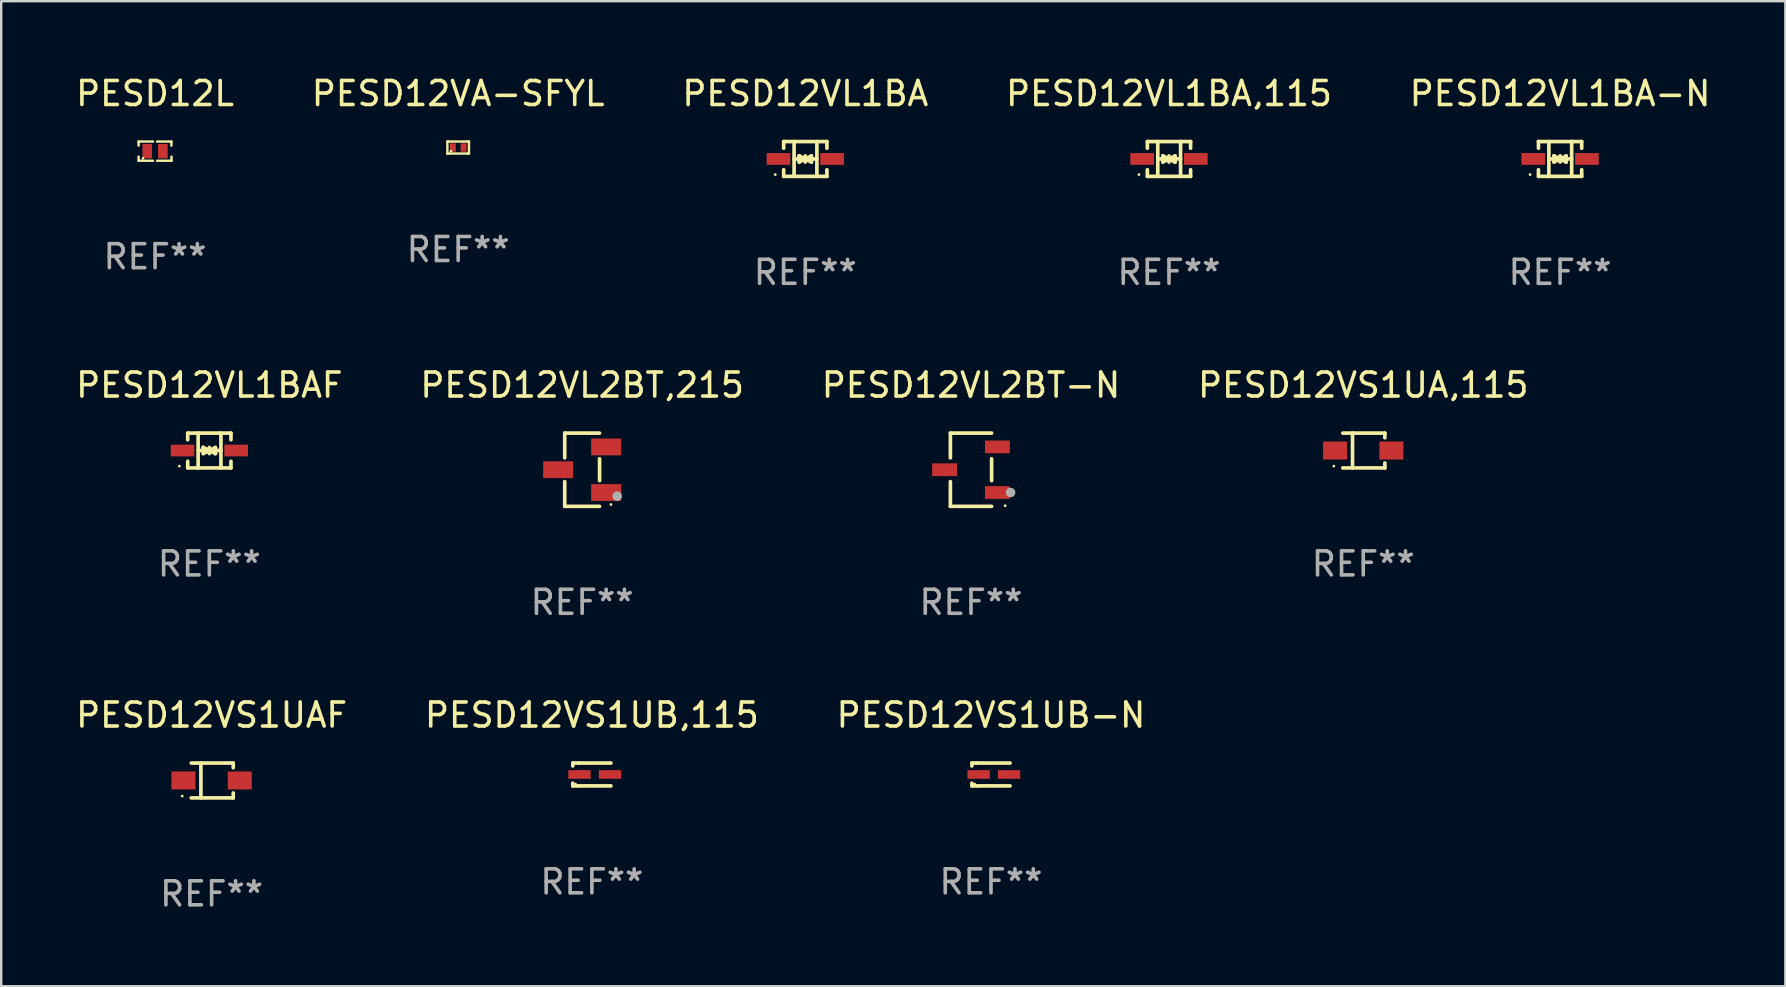
<source format=kicad_pcb>
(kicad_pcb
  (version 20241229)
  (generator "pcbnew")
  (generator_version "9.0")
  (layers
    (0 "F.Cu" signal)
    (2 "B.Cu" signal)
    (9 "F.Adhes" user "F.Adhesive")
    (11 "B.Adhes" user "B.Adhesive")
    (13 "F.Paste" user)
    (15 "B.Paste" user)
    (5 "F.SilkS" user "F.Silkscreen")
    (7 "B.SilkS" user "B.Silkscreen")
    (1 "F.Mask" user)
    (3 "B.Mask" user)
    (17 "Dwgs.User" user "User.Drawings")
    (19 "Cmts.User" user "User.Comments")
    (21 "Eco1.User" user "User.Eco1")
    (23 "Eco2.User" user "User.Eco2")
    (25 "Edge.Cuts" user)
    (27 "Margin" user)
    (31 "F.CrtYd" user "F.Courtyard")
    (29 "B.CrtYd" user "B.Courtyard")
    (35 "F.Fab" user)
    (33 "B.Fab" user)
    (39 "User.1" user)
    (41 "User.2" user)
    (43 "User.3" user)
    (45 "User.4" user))
  (footprint "PESD12VA-SFYL"
    (layer "F.Cu")
    (at 16.042 3.098)
    (property "Reference" "PESD12VA-SFYL" (at 0 -2.25 0) (layer "F.SilkS") (effects (font (size 1 1) (thickness 0.15))))
    (attr through_hole)
    (fp_line (start -0.45 -0.25) (end -0.45 0.25) (stroke (width 0.1) (type solid)) (layer "F.SilkS"))
    (fp_line (start -0.45 0.25) (end -0.45 0.25) (stroke (width 0.1) (type solid)) (layer "F.SilkS"))
    (fp_line (start -0.4 -0.25) (end -0.45 -0.25) (stroke (width 0.1) (type solid)) (layer "F.SilkS"))
    (fp_line (start -0.4 -0.25) (end 0.4 -0.25) (stroke (width 0.1) (type solid)) (layer "F.SilkS"))
    (fp_line (start -0.4 0.25) (end -0.45 0.25) (stroke (width 0.1) (type solid)) (layer "F.SilkS"))
    (fp_line (start -0.4 0.25) (end 0.4 0.25) (stroke (width 0.1) (type solid)) (layer "F.SilkS"))
    (fp_line (start 0.4 -0.25) (end 0.45 -0.25) (stroke (width 0.1) (type solid)) (layer "F.SilkS"))
    (fp_line (start 0.4 0.25) (end 0.4 0.25) (stroke (width 0.1) (type solid)) (layer "F.SilkS"))
    (fp_line (start 0.45 -0.25) (end 0.45 -0.018) (stroke (width 0.1) (type solid)) (layer "F.SilkS"))
    (fp_line (start 0.45 -0.018) (end 0.45 0.25) (stroke (width 0.1) (type solid)) (layer "F.SilkS"))
    (fp_line (start 0.45 0.25) (end 0.4 0.25) (stroke (width 0.1) (type solid)) (layer "F.SilkS"))
    (fp_circle (center -0.3 0.15) (end -0.27 0.15) (stroke (width 0.06) (type solid)) (fill no) (layer "F.SilkS"))
    (fp_text user "REF**" (at 0 4.25 0) (layer "F.Fab") (effects (font (size 1 1) (thickness 0.15))))
    (pad "1" smd rect (at -0.225 0) (size 0.25 0.35) (layers "F.Cu" "F.Mask" "F.Paste"))
    (pad "2" smd rect (at 0.225 0) (size 0.25 0.35) (layers "F.Cu" "F.Mask" "F.Paste")))
  (footprint "PESD12L"
    (layer "F.Cu")
    (at 3.411 3.248)
    (property "Reference" "PESD12L" (at 0 -2.4 0) (layer "F.SilkS") (effects (font (size 1 1) (thickness 0.15))))
    (attr through_hole)
    (fp_line (start -0.685 -0.4) (end -0.685 -0.23) (stroke (width 0.102) (type solid)) (layer "F.SilkS"))
    (fp_line (start -0.685 0.4) (end -0.685 0.23) (stroke (width 0.102) (type solid)) (layer "F.SilkS"))
    (fp_line (start -0.085 -0.4) (end -0.685 -0.4) (stroke (width 0.102) (type solid)) (layer "F.SilkS"))
    (fp_line (start -0.085 0.4) (end -0.685 0.4) (stroke (width 0.102) (type solid)) (layer "F.SilkS"))
    (fp_line (start 0.082 -0.4) (end 0.682 -0.4) (stroke (width 0.102) (type solid)) (layer "F.SilkS"))
    (fp_line (start 0.085 0.4) (end 0.685 0.4) (stroke (width 0.102) (type solid)) (layer "F.SilkS"))
    (fp_line (start 0.682 -0.4) (end 0.682 -0.23) (stroke (width 0.102) (type solid)) (layer "F.SilkS"))
    (fp_line (start 0.685 0.4) (end 0.685 0.23) (stroke (width 0.102) (type solid)) (layer "F.SilkS"))
    (fp_circle (center -0.5 0.3) (end -0.47 0.3) (stroke (width 0.06) (type solid)) (fill no) (layer "F.SilkS"))
    (fp_text user "REF**" (at 0 4.4 0) (layer "F.Fab") (effects (font (size 1 1) (thickness 0.15))))
    (pad "1" smd rect (at -0.325 0) (size 0.4 0.6) (layers "F.Cu" "F.Mask" "F.Paste"))
    (pad "2" smd rect (at 0.325 0) (size 0.4 0.6) (layers "F.Cu" "F.Mask" "F.Paste")))
  (footprint "PESD12VS1UA,115"
    (layer "F.Cu")
    (at 53.756 15.723)
    (property "Reference" "PESD12VS1UA,115" (at 0 -2.726 0) (layer "F.SilkS") (effects (font (size 1 1) (thickness 0.15))))
    (attr through_hole)
    (fp_line (start -0.851 -0.726) (end 0.901 -0.726) (stroke (width 0.152) (type solid)) (layer "F.SilkS"))
    (fp_line (start -0.851 0.726) (end 0.901 0.726) (stroke (width 0.152) (type solid)) (layer "F.SilkS"))
    (fp_line (start -0.447 -0.726) (end -0.447 0.726) (stroke (width 0.152) (type solid)) (layer "F.SilkS"))
    (fp_line (start 0.901 -0.726) (end 0.901 -0.53) (stroke (width 0.152) (type solid)) (layer "F.SilkS"))
    (fp_line (start 0.901 0.726) (end 0.901 0.52) (stroke (width 0.152) (type solid)) (layer "F.SilkS"))
    (fp_circle (center -1.225 0.65) (end -1.195 0.65) (stroke (width 0.06) (type solid)) (fill no) (layer "F.SilkS"))
    (fp_text user "REF**" (at 0 4.726 0) (layer "F.Fab") (effects (font (size 1 1) (thickness 0.15))))
    (pad "1" smd rect (at -1.173 0) (size 1 0.75) (layers "F.Cu" "F.Mask" "F.Paste"))
    (pad "2" smd rect (at 1.173 0) (size 1 0.75) (layers "F.Cu" "F.Mask" "F.Paste")))
  (footprint "PESD12VL1BA,115"
    (layer "F.Cu")
    (at 45.661 3.574)
    (property "Reference" "PESD12VL1BA,115" (at 0 -2.726 0) (layer "F.SilkS") (effects (font (size 1 1) (thickness 0.15))))
    (attr through_hole)
    (fp_line (start -0.901 -0.726) (end -0.901 -0.448) (stroke (width 0.152) (type solid)) (layer "F.SilkS"))
    (fp_line (start -0.901 0.726) (end -0.901 0.448) (stroke (width 0.152) (type solid)) (layer "F.SilkS"))
    (fp_line (start -0.467 0) (end 0.483 -0.003) (stroke (width 0.154) (type solid)) (layer "F.SilkS"))
    (fp_line (start -0.467 0.726) (end -0.467 -0.726) (stroke (width 0.152) (type solid)) (layer "F.SilkS"))
    (fp_line (start -0.254 -0.127) (end -0.254 -0.127) (stroke (width 0.154) (type solid)) (layer "F.SilkS"))
    (fp_line (start -0.254 -0.127) (end -0.002 -0.003) (stroke (width 0.154) (type solid)) (layer "F.SilkS"))
    (fp_line (start -0.254 0.127) (end -0.254 -0.127) (stroke (width 0.154) (type solid)) (layer "F.SilkS"))
    (fp_line (start -0.127 0) (end 0.003 0) (stroke (width 0.154) (type solid)) (layer "F.SilkS"))
    (fp_line (start -0.003 0) (end -0.254 0.127) (stroke (width 0.154) (type solid)) (layer "F.SilkS"))
    (fp_line (start 0 -0.127) (end 0 0.127) (stroke (width 0.154) (type solid)) (layer "F.SilkS"))
    (fp_line (start 0.003 0) (end 0.254 -0.127) (stroke (width 0.154) (type solid)) (layer "F.SilkS"))
    (fp_line (start 0.127 0) (end -0.003 0) (stroke (width 0.154) (type solid)) (layer "F.SilkS"))
    (fp_line (start 0.254 -0.127) (end 0.254 0.127) (stroke (width 0.154) (type solid)) (layer "F.SilkS"))
    (fp_line (start 0.254 0.127) (end 0.002 0.003) (stroke (width 0.154) (type solid)) (layer "F.SilkS"))
    (fp_line (start 0.254 0.127) (end 0.254 0.127) (stroke (width 0.154) (type solid)) (layer "F.SilkS"))
    (fp_line (start 0.483 0.726) (end 0.483 -0.726) (stroke (width 0.152) (type solid)) (layer "F.SilkS"))
    (fp_line (start 0.901 -0.726) (end -0.901 -0.726) (stroke (width 0.152) (type solid)) (layer "F.SilkS"))
    (fp_line (start 0.901 -0.726) (end 0.901 -0.448) (stroke (width 0.152) (type solid)) (layer "F.SilkS"))
    (fp_line (start 0.901 0.726) (end -0.901 0.726) (stroke (width 0.152) (type solid)) (layer "F.SilkS"))
    (fp_line (start 0.901 0.726) (end 0.901 0.448) (stroke (width 0.152) (type solid)) (layer "F.SilkS"))
    (fp_circle (center -1.25 0.65) (end -1.22 0.65) (stroke (width 0.06) (type solid)) (fill no) (layer "F.SilkS"))
    (fp_text user "REF**" (at 0 4.726 0) (layer "F.Fab") (effects (font (size 1 1) (thickness 0.15))))
    (pad "1" smd rect (at -1.118 0) (size 0.985 0.49) (layers "F.Cu" "F.Mask" "F.Paste"))
    (pad "2" smd rect (at 1.118 0) (size 0.985 0.49) (layers "F.Cu" "F.Mask" "F.Paste")))
  (footprint "PESD12VL1BA"
    (layer "F.Cu")
    (at 30.506 3.574)
    (property "Reference" "PESD12VL1BA" (at 0 -2.726 0) (layer "F.SilkS") (effects (font (size 1 1) (thickness 0.15))))
    (attr through_hole)
    (fp_line (start -0.901 -0.726) (end -0.901 -0.448) (stroke (width 0.152) (type solid)) (layer "F.SilkS"))
    (fp_line (start -0.901 0.726) (end -0.901 0.448) (stroke (width 0.152) (type solid)) (layer "F.SilkS"))
    (fp_line (start -0.467 0) (end 0.483 -0.003) (stroke (width 0.154) (type solid)) (layer "F.SilkS"))
    (fp_line (start -0.467 0.726) (end -0.467 -0.726) (stroke (width 0.152) (type solid)) (layer "F.SilkS"))
    (fp_line (start -0.254 -0.127) (end -0.254 -0.127) (stroke (width 0.154) (type solid)) (layer "F.SilkS"))
    (fp_line (start -0.254 -0.127) (end -0.002 -0.003) (stroke (width 0.154) (type solid)) (layer "F.SilkS"))
    (fp_line (start -0.254 0.127) (end -0.254 -0.127) (stroke (width 0.154) (type solid)) (layer "F.SilkS"))
    (fp_line (start -0.127 0) (end 0.003 0) (stroke (width 0.154) (type solid)) (layer "F.SilkS"))
    (fp_line (start -0.003 0) (end -0.254 0.127) (stroke (width 0.154) (type solid)) (layer "F.SilkS"))
    (fp_line (start 0 -0.127) (end 0 0.127) (stroke (width 0.154) (type solid)) (layer "F.SilkS"))
    (fp_line (start 0.003 0) (end 0.254 -0.127) (stroke (width 0.154) (type solid)) (layer "F.SilkS"))
    (fp_line (start 0.127 0) (end -0.003 0) (stroke (width 0.154) (type solid)) (layer "F.SilkS"))
    (fp_line (start 0.254 -0.127) (end 0.254 0.127) (stroke (width 0.154) (type solid)) (layer "F.SilkS"))
    (fp_line (start 0.254 0.127) (end 0.002 0.003) (stroke (width 0.154) (type solid)) (layer "F.SilkS"))
    (fp_line (start 0.254 0.127) (end 0.254 0.127) (stroke (width 0.154) (type solid)) (layer "F.SilkS"))
    (fp_line (start 0.483 0.726) (end 0.483 -0.726) (stroke (width 0.152) (type solid)) (layer "F.SilkS"))
    (fp_line (start 0.901 -0.726) (end -0.901 -0.726) (stroke (width 0.152) (type solid)) (layer "F.SilkS"))
    (fp_line (start 0.901 -0.726) (end 0.901 -0.448) (stroke (width 0.152) (type solid)) (layer "F.SilkS"))
    (fp_line (start 0.901 0.726) (end -0.901 0.726) (stroke (width 0.152) (type solid)) (layer "F.SilkS"))
    (fp_line (start 0.901 0.726) (end 0.901 0.448) (stroke (width 0.152) (type solid)) (layer "F.SilkS"))
    (fp_circle (center -1.25 0.65) (end -1.22 0.65) (stroke (width 0.06) (type solid)) (fill no) (layer "F.SilkS"))
    (fp_text user "REF**" (at 0 4.726 0) (layer "F.Fab") (effects (font (size 1 1) (thickness 0.15))))
    (pad "1" smd rect (at -1.118 0) (size 0.985 0.49) (layers "F.Cu" "F.Mask" "F.Paste"))
    (pad "2" smd rect (at 1.118 0) (size 0.985 0.49) (layers "F.Cu" "F.Mask" "F.Paste")))
  (footprint "PESD12VS1UB-N"
    (layer "F.Cu")
    (at 38.244 29.222)
    (property "Reference" "PESD12VS1UB-N" (at 0 -2.476 0) (layer "F.SilkS") (effects (font (size 1 1) (thickness 0.15))))
    (attr through_hole)
    (fp_line (start -0.795 -0.476) (end -0.795 -0.356) (stroke (width 0.152) (type solid)) (layer "F.SilkS"))
    (fp_line (start -0.795 0.363) (end -0.795 0.476) (stroke (width 0.152) (type solid)) (layer "F.SilkS"))
    (fp_line (start -0.795 0.476) (end -0.557 0.476) (stroke (width 0.152) (type solid)) (layer "F.SilkS"))
    (fp_line (start -0.557 -0.476) (end -0.795 -0.476) (stroke (width 0.152) (type solid)) (layer "F.SilkS"))
    (fp_line (start -0.557 -0.476) (end 0.795 -0.476) (stroke (width 0.152) (type solid)) (layer "F.SilkS"))
    (fp_line (start -0.557 0.476) (end 0.795 0.476) (stroke (width 0.152) (type solid)) (layer "F.SilkS"))
    (fp_circle (center -0.681 0.4) (end -0.651 0.4) (stroke (width 0.06) (type solid)) (fill no) (layer "F.SilkS"))
    (fp_text user "REF**" (at 0 4.476 0) (layer "F.Fab") (effects (font (size 1 1) (thickness 0.15))))
    (pad "1" smd rect (at -0.516 0 180) (size 0.93 0.36) (layers "F.Cu" "F.Mask" "F.Paste"))
    (pad "2" smd rect (at 0.754 0 180) (size 0.93 0.36) (layers "F.Cu" "F.Mask" "F.Paste")))
  (footprint "PESD12VL2BT,215"
    (layer "F.Cu")
    (at 21.208 16.523)
    (property "Reference" "PESD12VL2BT,215" (at 0 -3.526 0) (layer "F.SilkS") (effects (font (size 1 1) (thickness 0.15))))
    (attr through_hole)
    (fp_line (start -0.726 -1.526) (end -0.726 -0.495) (stroke (width 0.152) (type solid)) (layer "F.SilkS"))
    (fp_line (start -0.726 1.526) (end -0.726 0.495) (stroke (width 0.152) (type solid)) (layer "F.SilkS"))
    (fp_line (start 0.726 -1.526) (end -0.726 -1.526) (stroke (width 0.152) (type solid)) (layer "F.SilkS"))
    (fp_line (start 0.726 -0.455) (end 0.726 0.455) (stroke (width 0.152) (type solid)) (layer "F.SilkS"))
    (fp_line (start 0.726 1.526) (end -0.726 1.526) (stroke (width 0.152) (type solid)) (layer "F.SilkS"))
    (fp_circle (center 1.2 1.45) (end 1.23 1.45) (stroke (width 0.06) (type solid)) (fill no) (layer "F.SilkS"))
    (fp_circle (center 1.46 1.1) (end 1.56 1.1) (stroke (width 0.2) (type solid)) (fill no) (layer "F.Fab"))
    (fp_text user "REF**" (at 0 5.526 0) (layer "F.Fab") (effects (font (size 1 1) (thickness 0.15))))
    (pad "1" smd rect (at 1 0.95) (size 1.25 0.7) (layers "F.Cu" "F.Mask" "F.Paste"))
    (pad "2" smd rect (at 1 -0.95) (size 1.25 0.7) (layers "F.Cu" "F.Mask" "F.Paste"))
    (pad "3" smd rect (at -1 0) (size 1.25 0.7) (layers "F.Cu" "F.Mask" "F.Paste")))
  (footprint "PESD12VL1BA-N"
    (layer "F.Cu")
    (at 61.958 3.574)
    (property "Reference" "PESD12VL1BA-N" (at 0 -2.726 0) (layer "F.SilkS") (effects (font (size 1 1) (thickness 0.15))))
    (attr through_hole)
    (fp_line (start -0.901 -0.726) (end -0.901 -0.448) (stroke (width 0.152) (type solid)) (layer "F.SilkS"))
    (fp_line (start -0.901 0.726) (end -0.901 0.448) (stroke (width 0.152) (type solid)) (layer "F.SilkS"))
    (fp_line (start -0.467 0) (end 0.483 -0.003) (stroke (width 0.154) (type solid)) (layer "F.SilkS"))
    (fp_line (start -0.467 0.726) (end -0.467 -0.726) (stroke (width 0.152) (type solid)) (layer "F.SilkS"))
    (fp_line (start -0.254 -0.127) (end -0.254 -0.127) (stroke (width 0.154) (type solid)) (layer "F.SilkS"))
    (fp_line (start -0.254 -0.127) (end -0.002 -0.003) (stroke (width 0.154) (type solid)) (layer "F.SilkS"))
    (fp_line (start -0.254 0.127) (end -0.254 -0.127) (stroke (width 0.154) (type solid)) (layer "F.SilkS"))
    (fp_line (start -0.127 0) (end 0.003 0) (stroke (width 0.154) (type solid)) (layer "F.SilkS"))
    (fp_line (start -0.003 0) (end -0.254 0.127) (stroke (width 0.154) (type solid)) (layer "F.SilkS"))
    (fp_line (start 0 -0.127) (end 0 0.127) (stroke (width 0.154) (type solid)) (layer "F.SilkS"))
    (fp_line (start 0.003 0) (end 0.254 -0.127) (stroke (width 0.154) (type solid)) (layer "F.SilkS"))
    (fp_line (start 0.127 0) (end -0.003 0) (stroke (width 0.154) (type solid)) (layer "F.SilkS"))
    (fp_line (start 0.254 -0.127) (end 0.254 0.127) (stroke (width 0.154) (type solid)) (layer "F.SilkS"))
    (fp_line (start 0.254 0.127) (end 0.002 0.003) (stroke (width 0.154) (type solid)) (layer "F.SilkS"))
    (fp_line (start 0.254 0.127) (end 0.254 0.127) (stroke (width 0.154) (type solid)) (layer "F.SilkS"))
    (fp_line (start 0.483 0.726) (end 0.483 -0.726) (stroke (width 0.152) (type solid)) (layer "F.SilkS"))
    (fp_line (start 0.901 -0.726) (end -0.901 -0.726) (stroke (width 0.152) (type solid)) (layer "F.SilkS"))
    (fp_line (start 0.901 -0.726) (end 0.901 -0.448) (stroke (width 0.152) (type solid)) (layer "F.SilkS"))
    (fp_line (start 0.901 0.726) (end -0.901 0.726) (stroke (width 0.152) (type solid)) (layer "F.SilkS"))
    (fp_line (start 0.901 0.726) (end 0.901 0.448) (stroke (width 0.152) (type solid)) (layer "F.SilkS"))
    (fp_circle (center -1.25 0.65) (end -1.22 0.65) (stroke (width 0.06) (type solid)) (fill no) (layer "F.SilkS"))
    (fp_text user "REF**" (at 0 4.726 0) (layer "F.Fab") (effects (font (size 1 1) (thickness 0.15))))
    (pad "1" smd rect (at -1.118 0) (size 0.985 0.49) (layers "F.Cu" "F.Mask" "F.Paste"))
    (pad "2" smd rect (at 1.118 0) (size 0.985 0.49) (layers "F.Cu" "F.Mask" "F.Paste")))
  (footprint "PESD12VS1UB,115"
    (layer "F.Cu")
    (at 21.613 29.222)
    (property "Reference" "PESD12VS1UB,115" (at 0 -2.476 0) (layer "F.SilkS") (effects (font (size 1 1) (thickness 0.15))))
    (attr through_hole)
    (fp_line (start -0.795 -0.476) (end -0.795 -0.356) (stroke (width 0.152) (type solid)) (layer "F.SilkS"))
    (fp_line (start -0.795 0.363) (end -0.795 0.476) (stroke (width 0.152) (type solid)) (layer "F.SilkS"))
    (fp_line (start -0.795 0.476) (end -0.557 0.476) (stroke (width 0.152) (type solid)) (layer "F.SilkS"))
    (fp_line (start -0.557 -0.476) (end -0.795 -0.476) (stroke (width 0.152) (type solid)) (layer "F.SilkS"))
    (fp_line (start -0.557 -0.476) (end 0.795 -0.476) (stroke (width 0.152) (type solid)) (layer "F.SilkS"))
    (fp_line (start -0.557 0.476) (end 0.795 0.476) (stroke (width 0.152) (type solid)) (layer "F.SilkS"))
    (fp_circle (center -0.681 0.4) (end -0.651 0.4) (stroke (width 0.06) (type solid)) (fill no) (layer "F.SilkS"))
    (fp_text user "REF**" (at 0 4.476 0) (layer "F.Fab") (effects (font (size 1 1) (thickness 0.15))))
    (pad "1" smd rect (at -0.516 0 180) (size 0.93 0.36) (layers "F.Cu" "F.Mask" "F.Paste"))
    (pad "2" smd rect (at 0.754 0 180) (size 0.93 0.36) (layers "F.Cu" "F.Mask" "F.Paste")))
  (footprint "PESD12VL2BT-N"
    (layer "F.Cu")
    (at 37.411 16.523)
    (property "Reference" "PESD12VL2BT-N" (at 0 -3.526 0) (layer "F.SilkS") (effects (font (size 1 1) (thickness 0.15))))
    (attr through_hole)
    (fp_line (start -0.859 -1.526) (end -0.859 -0.495) (stroke (width 0.152) (type solid)) (layer "F.SilkS"))
    (fp_line (start -0.859 1.526) (end -0.859 0.495) (stroke (width 0.152) (type solid)) (layer "F.SilkS"))
    (fp_line (start 0.859 -1.526) (end -0.859 -1.526) (stroke (width 0.152) (type solid)) (layer "F.SilkS"))
    (fp_line (start 0.859 -0.455) (end 0.859 0.455) (stroke (width 0.152) (type solid)) (layer "F.SilkS"))
    (fp_line (start 0.859 1.526) (end -0.859 1.526) (stroke (width 0.152) (type solid)) (layer "F.SilkS"))
    (fp_circle (center 1.425 1.5) (end 1.455 1.5) (stroke (width 0.06) (type solid)) (fill no) (layer "F.SilkS"))
    (fp_circle (center 1.65 0.95) (end 1.75 0.95) (stroke (width 0.2) (type solid)) (fill no) (layer "F.Fab"))
    (fp_text user "REF**" (at 0 5.526 0) (layer "F.Fab") (effects (font (size 1 1) (thickness 0.15))))
    (pad "1" smd rect (at 1.101 0.95) (size 1.037 0.532) (layers "F.Cu" "F.Mask" "F.Paste"))
    (pad "2" smd rect (at 1.101 -0.95) (size 1.037 0.532) (layers "F.Cu" "F.Mask" "F.Paste"))
    (pad "3" smd rect (at -1.101 0) (size 1.037 0.532) (layers "F.Cu" "F.Mask" "F.Paste")))
  (footprint "PESD12VL1BAF"
    (layer "F.Cu")
    (at 5.673 15.723)
    (property "Reference" "PESD12VL1BAF" (at 0 -2.726 0) (layer "F.SilkS") (effects (font (size 1 1) (thickness 0.15))))
    (attr through_hole)
    (fp_line (start -0.901 -0.726) (end -0.901 -0.448) (stroke (width 0.152) (type solid)) (layer "F.SilkS"))
    (fp_line (start -0.901 0.726) (end -0.901 0.448) (stroke (width 0.152) (type solid)) (layer "F.SilkS"))
    (fp_line (start -0.467 0) (end 0.483 -0.003) (stroke (width 0.154) (type solid)) (layer "F.SilkS"))
    (fp_line (start -0.467 0.726) (end -0.467 -0.726) (stroke (width 0.152) (type solid)) (layer "F.SilkS"))
    (fp_line (start -0.254 -0.127) (end -0.254 -0.127) (stroke (width 0.154) (type solid)) (layer "F.SilkS"))
    (fp_line (start -0.254 -0.127) (end -0.002 -0.003) (stroke (width 0.154) (type solid)) (layer "F.SilkS"))
    (fp_line (start -0.254 0.127) (end -0.254 -0.127) (stroke (width 0.154) (type solid)) (layer "F.SilkS"))
    (fp_line (start -0.127 0) (end 0.003 0) (stroke (width 0.154) (type solid)) (layer "F.SilkS"))
    (fp_line (start -0.003 0) (end -0.254 0.127) (stroke (width 0.154) (type solid)) (layer "F.SilkS"))
    (fp_line (start 0 -0.127) (end 0 0.127) (stroke (width 0.154) (type solid)) (layer "F.SilkS"))
    (fp_line (start 0.003 0) (end 0.254 -0.127) (stroke (width 0.154) (type solid)) (layer "F.SilkS"))
    (fp_line (start 0.127 0) (end -0.003 0) (stroke (width 0.154) (type solid)) (layer "F.SilkS"))
    (fp_line (start 0.254 -0.127) (end 0.254 0.127) (stroke (width 0.154) (type solid)) (layer "F.SilkS"))
    (fp_line (start 0.254 0.127) (end 0.002 0.003) (stroke (width 0.154) (type solid)) (layer "F.SilkS"))
    (fp_line (start 0.254 0.127) (end 0.254 0.127) (stroke (width 0.154) (type solid)) (layer "F.SilkS"))
    (fp_line (start 0.483 0.726) (end 0.483 -0.726) (stroke (width 0.152) (type solid)) (layer "F.SilkS"))
    (fp_line (start 0.901 -0.726) (end -0.901 -0.726) (stroke (width 0.152) (type solid)) (layer "F.SilkS"))
    (fp_line (start 0.901 -0.726) (end 0.901 -0.448) (stroke (width 0.152) (type solid)) (layer "F.SilkS"))
    (fp_line (start 0.901 0.726) (end -0.901 0.726) (stroke (width 0.152) (type solid)) (layer "F.SilkS"))
    (fp_line (start 0.901 0.726) (end 0.901 0.448) (stroke (width 0.152) (type solid)) (layer "F.SilkS"))
    (fp_circle (center -1.25 0.65) (end -1.22 0.65) (stroke (width 0.06) (type solid)) (fill no) (layer "F.SilkS"))
    (fp_text user "REF**" (at 0 4.726 0) (layer "F.Fab") (effects (font (size 1 1) (thickness 0.15))))
    (pad "1" smd rect (at -1.118 0) (size 0.985 0.49) (layers "F.Cu" "F.Mask" "F.Paste"))
    (pad "2" smd rect (at 1.118 0) (size 0.985 0.49) (layers "F.Cu" "F.Mask" "F.Paste")))
  (footprint "PESD12VS1UAF"
    (layer "F.Cu")
    (at 5.768 29.472)
    (property "Reference" "PESD12VS1UAF" (at 0 -2.726 0) (layer "F.SilkS") (effects (font (size 1 1) (thickness 0.15))))
    (attr through_hole)
    (fp_line (start -0.851 -0.726) (end 0.901 -0.726) (stroke (width 0.152) (type solid)) (layer "F.SilkS"))
    (fp_line (start -0.851 0.726) (end 0.901 0.726) (stroke (width 0.152) (type solid)) (layer "F.SilkS"))
    (fp_line (start -0.447 -0.726) (end -0.447 0.726) (stroke (width 0.152) (type solid)) (layer "F.SilkS"))
    (fp_line (start 0.901 -0.726) (end 0.901 -0.53) (stroke (width 0.152) (type solid)) (layer "F.SilkS"))
    (fp_line (start 0.901 0.726) (end 0.901 0.52) (stroke (width 0.152) (type solid)) (layer "F.SilkS"))
    (fp_circle (center -1.225 0.65) (end -1.195 0.65) (stroke (width 0.06) (type solid)) (fill no) (layer "F.SilkS"))
    (fp_text user "REF**" (at 0 4.726 0) (layer "F.Fab") (effects (font (size 1 1) (thickness 0.15))))
    (pad "1" smd rect (at -1.173 0) (size 1 0.75) (layers "F.Cu" "F.Mask" "F.Paste"))
    (pad "2" smd rect (at 1.173 0) (size 1 0.75) (layers "F.Cu" "F.Mask" "F.Paste")))
  (gr_rect
    (start -3 -3)
    (end 71.345 38.047)
    (stroke (width 0.1) (type default))
    (fill no)
    (layer "Edge.Cuts")))
</source>
